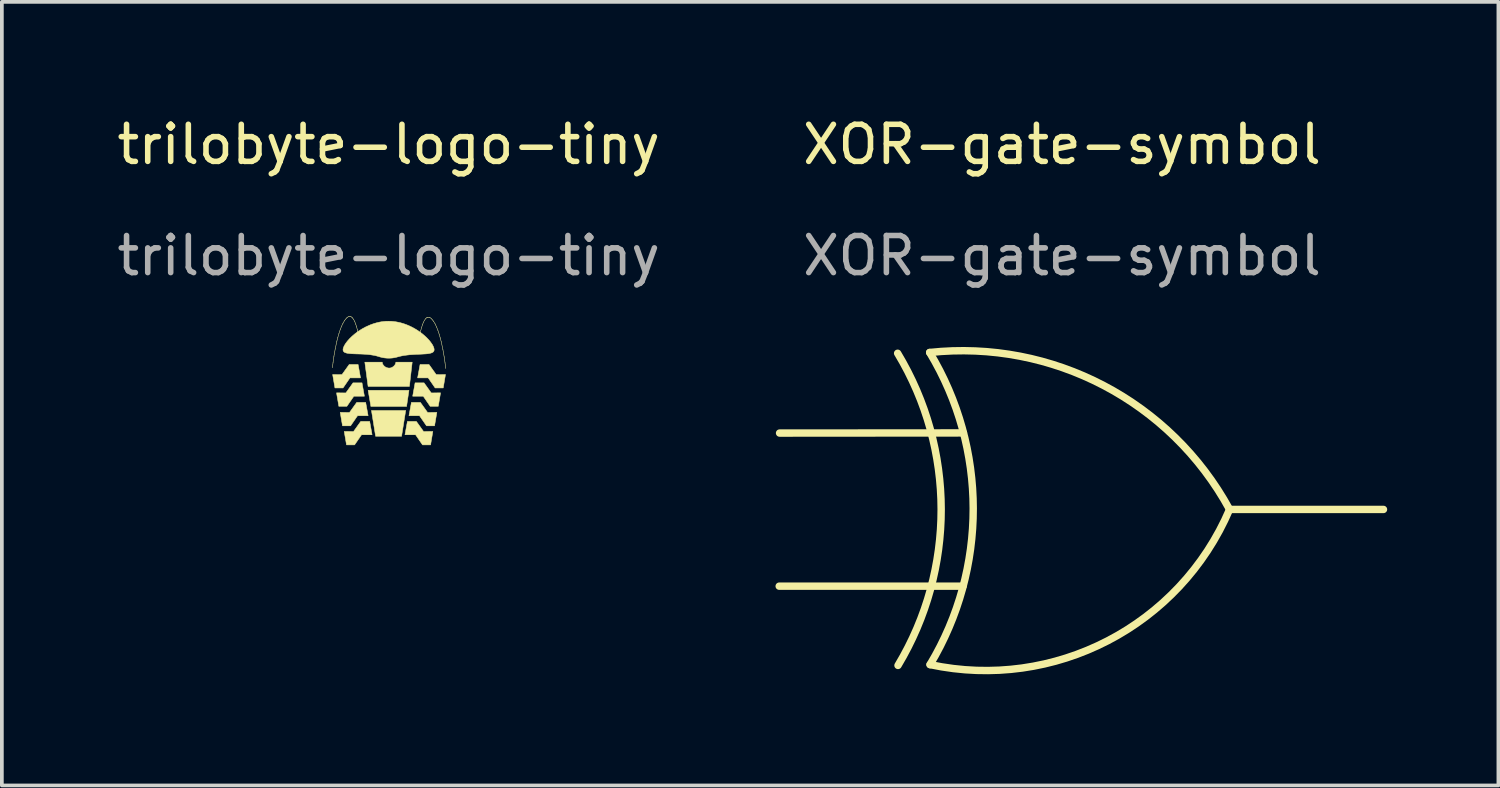
<source format=kicad_pcb>
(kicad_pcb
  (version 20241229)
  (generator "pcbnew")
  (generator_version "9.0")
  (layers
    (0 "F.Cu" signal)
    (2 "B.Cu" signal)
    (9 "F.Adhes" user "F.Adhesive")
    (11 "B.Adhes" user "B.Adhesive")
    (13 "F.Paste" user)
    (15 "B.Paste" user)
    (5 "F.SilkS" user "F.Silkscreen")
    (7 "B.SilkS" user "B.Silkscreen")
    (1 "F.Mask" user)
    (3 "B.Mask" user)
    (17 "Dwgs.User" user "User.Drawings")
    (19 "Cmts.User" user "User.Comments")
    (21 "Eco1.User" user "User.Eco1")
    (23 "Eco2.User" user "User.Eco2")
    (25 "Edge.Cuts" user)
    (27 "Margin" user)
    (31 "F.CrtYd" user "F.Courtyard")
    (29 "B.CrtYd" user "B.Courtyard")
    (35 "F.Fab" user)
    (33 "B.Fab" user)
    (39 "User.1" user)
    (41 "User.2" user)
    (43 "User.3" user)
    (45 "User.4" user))
  (footprint "trilobyte-logo-tiny"
    (layer "F.Cu")
    (at 7.435 1.348)
    (property "Reference" "trilobyte-logo-tiny" (at 0 -0.5 0) (unlocked yes) (layer "F.SilkS") (effects (font (size 1 1) (thickness 0.15))))
    (fp_line (start -1.5 5.371) (end -1.518 5.521) (stroke (width 0.013) (type solid)) (layer "F.SilkS"))
    (fp_line (start -1.477 5.21) (end -1.5 5.371) (stroke (width 0.013) (type solid)) (layer "F.SilkS"))
    (fp_line (start -1.443 5.015) (end -1.477 5.21) (stroke (width 0.013) (type solid)) (layer "F.SilkS"))
    (fp_line (start -1.398 4.804) (end -1.443 5.015) (stroke (width 0.013) (type solid)) (layer "F.SilkS"))
    (fp_line (start -1.371 4.698) (end -1.398 4.804) (stroke (width 0.013) (type solid)) (layer "F.SilkS"))
    (fp_line (start -1.341 4.594) (end -1.371 4.698) (stroke (width 0.013) (type solid)) (layer "F.SilkS"))
    (fp_line (start -1.308 4.495) (end -1.341 4.594) (stroke (width 0.013) (type solid)) (layer "F.SilkS"))
    (fp_line (start -1.272 4.403) (end -1.308 4.495) (stroke (width 0.013) (type solid)) (layer "F.SilkS"))
    (fp_line (start -1.233 4.32) (end -1.272 4.403) (stroke (width 0.013) (type solid)) (layer "F.SilkS"))
    (fp_line (start -1.19 4.248) (end -1.233 4.32) (stroke (width 0.013) (type solid)) (layer "F.SilkS"))
    (fp_line (start -1.19 4.248) (end -1.19 4.248) (stroke (width 0.013) (type solid)) (layer "F.SilkS"))
    (fp_line (start -1.169 4.218) (end -1.19 4.248) (stroke (width 0.013) (type solid)) (layer "F.SilkS"))
    (fp_line (start -1.147 4.193) (end -1.169 4.218) (stroke (width 0.013) (type solid)) (layer "F.SilkS"))
    (fp_line (start -1.127 4.173) (end -1.147 4.193) (stroke (width 0.013) (type solid)) (layer "F.SilkS"))
    (fp_line (start -1.107 4.157) (end -1.127 4.173) (stroke (width 0.013) (type solid)) (layer "F.SilkS"))
    (fp_line (start -1.088 4.147) (end -1.107 4.157) (stroke (width 0.013) (type solid)) (layer "F.SilkS"))
    (fp_line (start -1.07 4.14) (end -1.088 4.147) (stroke (width 0.013) (type solid)) (layer "F.SilkS"))
    (fp_line (start -1.052 4.138) (end -1.07 4.14) (stroke (width 0.013) (type solid)) (layer "F.SilkS"))
    (fp_line (start -1.034 4.139) (end -1.052 4.138) (stroke (width 0.013) (type solid)) (layer "F.SilkS"))
    (fp_line (start -1.018 4.145) (end -1.034 4.139) (stroke (width 0.013) (type solid)) (layer "F.SilkS"))
    (fp_line (start -1.001 4.155) (end -1.018 4.145) (stroke (width 0.013) (type solid)) (layer "F.SilkS"))
    (fp_line (start -0.986 4.167) (end -1.001 4.155) (stroke (width 0.013) (type solid)) (layer "F.SilkS"))
    (fp_line (start -0.971 4.184) (end -0.986 4.167) (stroke (width 0.013) (type solid)) (layer "F.SilkS"))
    (fp_line (start -0.942 4.226) (end -0.971 4.184) (stroke (width 0.013) (type solid)) (layer "F.SilkS"))
    (fp_line (start -0.915 4.28) (end -0.942 4.226) (stroke (width 0.013) (type solid)) (layer "F.SilkS"))
    (fp_line (start -0.89 4.344) (end -0.915 4.28) (stroke (width 0.013) (type solid)) (layer "F.SilkS"))
    (fp_line (start -0.867 4.417) (end -0.89 4.344) (stroke (width 0.013) (type solid)) (layer "F.SilkS"))
    (fp_line (start -0.845 4.497) (end -0.867 4.417) (stroke (width 0.013) (type solid)) (layer "F.SilkS"))
    (fp_line (start -0.824 4.584) (end -0.845 4.497) (stroke (width 0.013) (type solid)) (layer "F.SilkS"))
    (fp_line (start -0.787 4.772) (end -0.824 4.584) (stroke (width 0.013) (type solid)) (layer "F.SilkS"))
    (fp_line (start -0.754 4.969) (end -0.787 4.772) (stroke (width 0.013) (type solid)) (layer "F.SilkS"))
    (fp_line (start 0.774 4.99) (end 0.807 4.793) (stroke (width 0.013) (type solid)) (layer "F.SilkS"))
    (fp_line (start 0.807 4.793) (end 0.844 4.605) (stroke (width 0.013) (type solid)) (layer "F.SilkS"))
    (fp_line (start 0.844 4.605) (end 0.865 4.518) (stroke (width 0.013) (type solid)) (layer "F.SilkS"))
    (fp_line (start 0.865 4.518) (end 0.887 4.438) (stroke (width 0.013) (type solid)) (layer "F.SilkS"))
    (fp_line (start 0.887 4.438) (end 0.91 4.365) (stroke (width 0.013) (type solid)) (layer "F.SilkS"))
    (fp_line (start 0.91 4.365) (end 0.935 4.3) (stroke (width 0.013) (type solid)) (layer "F.SilkS"))
    (fp_line (start 0.935 4.3) (end 0.962 4.247) (stroke (width 0.013) (type solid)) (layer "F.SilkS"))
    (fp_line (start 0.962 4.247) (end 0.991 4.205) (stroke (width 0.013) (type solid)) (layer "F.SilkS"))
    (fp_line (start 0.991 4.205) (end 1.006 4.188) (stroke (width 0.013) (type solid)) (layer "F.SilkS"))
    (fp_line (start 1.006 4.188) (end 1.021 4.175) (stroke (width 0.013) (type solid)) (layer "F.SilkS"))
    (fp_line (start 1.021 4.175) (end 1.038 4.166) (stroke (width 0.013) (type solid)) (layer "F.SilkS"))
    (fp_line (start 1.038 4.166) (end 1.054 4.16) (stroke (width 0.013) (type solid)) (layer "F.SilkS"))
    (fp_line (start 1.054 4.16) (end 1.072 4.159) (stroke (width 0.013) (type solid)) (layer "F.SilkS"))
    (fp_line (start 1.072 4.159) (end 1.09 4.161) (stroke (width 0.013) (type solid)) (layer "F.SilkS"))
    (fp_line (start 1.09 4.161) (end 1.108 4.167) (stroke (width 0.013) (type solid)) (layer "F.SilkS"))
    (fp_line (start 1.108 4.167) (end 1.127 4.178) (stroke (width 0.013) (type solid)) (layer "F.SilkS"))
    (fp_line (start 1.127 4.178) (end 1.147 4.194) (stroke (width 0.013) (type solid)) (layer "F.SilkS"))
    (fp_line (start 1.147 4.194) (end 1.167 4.214) (stroke (width 0.013) (type solid)) (layer "F.SilkS"))
    (fp_line (start 1.167 4.214) (end 1.189 4.239) (stroke (width 0.013) (type solid)) (layer "F.SilkS"))
    (fp_line (start 1.189 4.239) (end 1.21 4.269) (stroke (width 0.013) (type solid)) (layer "F.SilkS"))
    (fp_line (start 1.21 4.269) (end 1.21 4.269) (stroke (width 0.013) (type solid)) (layer "F.SilkS"))
    (fp_line (start 1.21 4.269) (end 1.253 4.341) (stroke (width 0.013) (type solid)) (layer "F.SilkS"))
    (fp_line (start 1.253 4.341) (end 1.292 4.424) (stroke (width 0.013) (type solid)) (layer "F.SilkS"))
    (fp_line (start 1.292 4.424) (end 1.328 4.516) (stroke (width 0.013) (type solid)) (layer "F.SilkS"))
    (fp_line (start 1.328 4.516) (end 1.361 4.615) (stroke (width 0.013) (type solid)) (layer "F.SilkS"))
    (fp_line (start 1.361 4.615) (end 1.391 4.719) (stroke (width 0.013) (type solid)) (layer "F.SilkS"))
    (fp_line (start 1.391 4.719) (end 1.418 4.825) (stroke (width 0.013) (type solid)) (layer "F.SilkS"))
    (fp_line (start 1.418 4.825) (end 1.463 5.036) (stroke (width 0.013) (type solid)) (layer "F.SilkS"))
    (fp_line (start 1.463 5.036) (end 1.497 5.231) (stroke (width 0.013) (type solid)) (layer "F.SilkS"))
    (fp_line (start 1.497 5.231) (end 1.52 5.392) (stroke (width 0.013) (type solid)) (layer "F.SilkS"))
    (fp_line (start 1.52 5.392) (end 1.538 5.542) (stroke (width 0.013) (type solid)) (layer "F.SilkS"))
    (fp_poly (pts (xy -0.555 6.131) (xy 0.547 6.131) (xy 0.482 6.567) (xy -0.48 6.567) (xy -0.555 6.131)) (stroke (width 0.013) (type solid)) (fill yes) (layer "F.SilkS"))
    (fp_poly (pts (xy -0.465 6.674) (xy -0.353 7.371) (xy 0.347 7.371) (xy 0.459 6.674) (xy -0.465 6.674)) (stroke (width 0.013) (type solid)) (fill yes) (layer "F.SilkS"))
    (fp_poly (pts (xy -0.825 5.435) (xy -0.76 5.795) (xy -1.045 5.795) (xy -1.232 6.067) (xy -1.45 6.067) (xy -1.512 5.705) (xy -1.261 5.707) (xy -1.066 5.435) (xy -0.825 5.435)) (stroke (width 0.013) (type solid)) (fill yes) (layer "F.SilkS"))
    (fp_poly (pts (xy -0.72 5.929) (xy -0.655 6.29) (xy -0.94 6.29) (xy -1.128 6.562) (xy -1.345 6.562) (xy -1.407 6.199) (xy -1.156 6.201) (xy -0.962 5.929) (xy -0.72 5.929)) (stroke (width 0.013) (type solid)) (fill yes) (layer "F.SilkS"))
    (fp_poly (pts (xy -0.621 6.456) (xy -0.555 6.817) (xy -0.841 6.817) (xy -1.028 7.089) (xy -1.246 7.089) (xy -1.308 6.726) (xy -1.057 6.728) (xy -0.862 6.456) (xy -0.621 6.456)) (stroke (width 0.013) (type solid)) (fill yes) (layer "F.SilkS"))
    (fp_poly (pts (xy -0.513 6.97) (xy -0.448 7.33) (xy -0.733 7.33) (xy -0.92 7.602) (xy -1.138 7.602) (xy -1.2 7.24) (xy -0.949 7.242) (xy -0.754 6.97) (xy -0.513 6.97)) (stroke (width 0.013) (type solid)) (fill yes) (layer "F.SilkS"))
    (fp_poly (pts (xy 0.505 6.97) (xy 0.439 7.33) (xy 0.725 7.33) (xy 0.912 7.602) (xy 1.13 7.602) (xy 1.191 7.24) (xy 0.941 7.242) (xy 0.746 6.97) (xy 0.505 6.97)) (stroke (width 0.013) (type solid)) (fill yes) (layer "F.SilkS"))
    (fp_poly (pts (xy 0.613 6.456) (xy 0.547 6.817) (xy 0.832 6.817) (xy 1.02 7.089) (xy 1.237 7.089) (xy 1.299 6.726) (xy 1.049 6.728) (xy 0.854 6.456) (xy 0.613 6.456)) (stroke (width 0.013) (type solid)) (fill yes) (layer "F.SilkS"))
    (fp_poly (pts (xy 0.712 5.929) (xy 0.647 6.29) (xy 0.932 6.29) (xy 1.119 6.562) (xy 1.337 6.562) (xy 1.399 6.199) (xy 1.148 6.201) (xy 0.953 5.929) (xy 0.712 5.929)) (stroke (width 0.013) (type solid)) (fill yes) (layer "F.SilkS"))
    (fp_poly (pts (xy 0.846 5.435) (xy 0.78 5.795) (xy 1.065 5.795) (xy 1.253 6.067) (xy 1.471 6.067) (xy 1.532 5.705) (xy 1.282 5.707) (xy 1.087 5.435) (xy 0.846 5.435)) (stroke (width 0.013) (type solid)) (fill yes) (layer "F.SilkS"))
    (fp_poly (pts (xy -0.003 4.267) (xy -0.069 4.268) (xy -0.134 4.274) (xy -0.199 4.282) (xy -0.262 4.294) (xy -0.324 4.309) (xy -0.385 4.326) (xy -0.445 4.346) (xy -0.503 4.368) (xy -0.615 4.418) (xy -0.72 4.475) (xy -0.818 4.537) (xy -0.907 4.603) (xy -0.987 4.671) (xy -1.057 4.739) (xy -1.116 4.806) (xy -1.164 4.87) (xy -1.2 4.93) (xy -1.223 4.984) (xy -1.229 5.008) (xy -1.232 5.03) (xy -1.231 5.05) (xy -1.226 5.068) (xy -1.219 5.08) (xy -1.21 5.091) (xy -1.199 5.1) (xy -1.185 5.109) (xy -1.169 5.116) (xy -1.15 5.122) (xy -1.13 5.128) (xy -1.108 5.132) (xy -1.058 5.139) (xy -1.002 5.144) (xy -0.874 5.149) (xy -0.73 5.153) (xy -0.654 5.157) (xy -0.577 5.162) (xy -0.499 5.171) (xy -0.421 5.183) (xy -0.382 5.19) (xy -0.344 5.199) (xy -0.306 5.209) (xy -0.269 5.22) (xy -0.237 5.23) (xy -0.205 5.238) (xy -0.173 5.246) (xy -0.141 5.252) (xy -0.108 5.257) (xy -0.076 5.26) (xy -0.043 5.263) (xy -0.01 5.264) (xy 0.022 5.264) (xy 0.055 5.262) (xy 0.088 5.26) (xy 0.12 5.256) (xy 0.153 5.25) (xy 0.185 5.244) (xy 0.217 5.236) (xy 0.249 5.227) (xy 0.327 5.207) (xy 0.406 5.192) (xy 0.485 5.181) (xy 0.565 5.172) (xy 0.72 5.162) (xy 0.866 5.156) (xy 0.995 5.149) (xy 1.052 5.144) (xy 1.101 5.136) (xy 1.144 5.125) (xy 1.179 5.11) (xy 1.192 5.102) (xy 1.204 5.092) (xy 1.213 5.08) (xy 1.22 5.068) (xy 1.225 5.05) (xy 1.226 5.03) (xy 1.223 5.007) (xy 1.217 4.983) (xy 1.207 4.957) (xy 1.194 4.929) (xy 1.178 4.899) (xy 1.158 4.869) (xy 1.135 4.837) (xy 1.11 4.804) (xy 1.082 4.771) (xy 1.05 4.737) (xy 1.017 4.703) (xy 0.98 4.669) (xy 0.941 4.635) (xy 0.9 4.601) (xy 0.856 4.568) (xy 0.811 4.536) (xy 0.763 4.504) (xy 0.713 4.474) (xy 0.662 4.445) (xy 0.608 4.417) (xy 0.553 4.391) (xy 0.496 4.367) (xy 0.438 4.345) (xy 0.378 4.325) (xy 0.317 4.308) (xy 0.255 4.294) (xy 0.192 4.282) (xy 0.128 4.274) (xy 0.063 4.268) (xy -0.003 4.267)) (stroke (width 0.013) (type solid)) (fill yes) (layer "F.SilkS"))
    (fp_poly (pts (xy -0.644 5.371) (xy -0.175 5.371) (xy -0.174 5.377) (xy -0.173 5.383) (xy -0.172 5.389) (xy -0.171 5.395) (xy -0.169 5.4) (xy -0.168 5.406) (xy -0.166 5.412) (xy -0.164 5.418) (xy -0.163 5.42) (xy -0.162 5.422) (xy -0.161 5.425) (xy -0.159 5.427) (xy -0.158 5.429) (xy -0.157 5.432) (xy -0.156 5.434) (xy -0.154 5.436) (xy -0.153 5.438) (xy -0.151 5.441) (xy -0.15 5.443) (xy -0.148 5.445) (xy -0.147 5.447) (xy -0.145 5.449) (xy -0.144 5.451) (xy -0.142 5.453) (xy -0.14 5.456) (xy -0.137 5.459) (xy -0.135 5.462) (xy -0.132 5.464) (xy -0.13 5.467) (xy -0.127 5.47) (xy -0.125 5.473) (xy -0.122 5.475) (xy -0.119 5.478) (xy -0.117 5.48) (xy -0.114 5.483) (xy -0.111 5.485) (xy -0.108 5.487) (xy -0.105 5.49) (xy -0.102 5.492) (xy -0.099 5.494) (xy -0.095 5.497) (xy -0.092 5.499) (xy -0.088 5.502) (xy -0.084 5.504) (xy -0.079 5.506) (xy -0.075 5.508) (xy -0.071 5.511) (xy -0.067 5.512) (xy -0.063 5.514) (xy -0.058 5.516) (xy -0.054 5.518) (xy -0.049 5.519) (xy -0.045 5.521) (xy -0.041 5.522) (xy -0.036 5.523) (xy -0.031 5.524) (xy -0.027 5.526) (xy -0.023 5.527) (xy -0.018 5.527) (xy -0.014 5.528) (xy -0.009 5.529) (xy -0.005 5.529) (xy -0.000154 5.53) (xy 0.004 5.53) (xy 0.009 5.53) (xy 0.013 5.53) (xy 0.017 5.53) (xy 0.021 5.53) (xy 0.025 5.53) (xy 0.03 5.529) (xy 0.034 5.529) (xy 0.038 5.528) (xy 0.042 5.528) (xy 0.046 5.527) (xy 0.05 5.526) (xy 0.054 5.525) (xy 0.058 5.524) (xy 0.062 5.523) (xy 0.066 5.521) (xy 0.07 5.52) (xy 0.073 5.518) (xy 0.077 5.517) (xy 0.081 5.515) (xy 0.085 5.514) (xy 0.088 5.512) (xy 0.092 5.51) (xy 0.096 5.508) (xy 0.099 5.506) (xy 0.103 5.504) (xy 0.106 5.502) (xy 0.11 5.499) (xy 0.114 5.497) (xy 0.117 5.495) (xy 0.121 5.492) (xy 0.124 5.49) (xy 0.127 5.487) (xy 0.131 5.484) (xy 0.134 5.481) (xy 0.137 5.479) (xy 0.14 5.476) (xy 0.143 5.473) (xy 0.146 5.47) (xy 0.149 5.467) (xy 0.152 5.463) (xy 0.155 5.461) (xy 0.157 5.458) (xy 0.159 5.455) (xy 0.162 5.452) (xy 0.164 5.449) (xy 0.166 5.446) (xy 0.168 5.443) (xy 0.17 5.44) (xy 0.172 5.436) (xy 0.174 5.433) (xy 0.176 5.43) (xy 0.177 5.427) (xy 0.179 5.423) (xy 0.181 5.42) (xy 0.182 5.416) (xy 0.183 5.413) (xy 0.185 5.408) (xy 0.186 5.402) (xy 0.188 5.397) (xy 0.189 5.392) (xy 0.191 5.387) (xy 0.192 5.381) (xy 0.193 5.376) (xy 0.194 5.371) (xy 0.634 5.371) (xy 0.559 6.025) (xy -0.556 6.025) (xy -0.644 5.371)) (stroke (width 0.013) (type solid)) (fill yes) (layer "F.SilkS"))
    (fp_poly (pts (xy 0.591 4.72) (xy 0.589 4.722) (xy 0.586 4.724) (xy 0.583 4.726) (xy 0.58 4.728) (xy 0.577 4.73) (xy 0.573 4.732) (xy 0.57 4.734) (xy 0.567 4.736) (xy 0.565 4.734) (xy 0.561 4.731) (xy 0.559 4.729) (xy 0.556 4.727) (xy 0.553 4.724) (xy 0.55 4.722) (xy 0.548 4.721) (xy 0.545 4.719) (xy 0.543 4.718) (xy 0.541 4.717) (xy 0.538 4.715) (xy 0.536 4.714) (xy 0.533 4.713) (xy 0.531 4.711) (xy 0.52 4.705) (xy 0.514 4.701) (xy 0.506 4.697) (xy 0.483 4.686) (xy 0.478 4.684) (xy 0.473 4.682) (xy 0.47 4.681) (xy 0.466 4.679) (xy 0.463 4.678) (xy 0.459 4.677) (xy 0.448 4.673) (xy 0.441 4.671) (xy 0.434 4.669) (xy 0.421 4.665) (xy 0.413 4.663) (xy 0.404 4.661) (xy 0.395 4.659) (xy 0.385 4.656) (xy 0.374 4.654) (xy 0.362 4.652) (xy 0.352 4.65) (xy 0.342 4.648) (xy 0.331 4.647) (xy 0.321 4.645) (xy 0.311 4.644) (xy 0.301 4.643) (xy 0.29 4.642) (xy 0.28 4.641) (xy 0.279 4.633) (xy 0.278 4.625) (xy 0.278 4.621) (xy 0.277 4.617) (xy 0.277 4.612) (xy 0.276 4.608) (xy 0.276 4.603) (xy 0.276 4.598) (xy 0.276 4.593) (xy 0.277 4.589) (xy 0.277 4.584) (xy 0.278 4.579) (xy 0.279 4.575) (xy 0.28 4.571) (xy 0.28 4.567) (xy 0.282 4.563) (xy 0.283 4.559) (xy 0.284 4.555) (xy 0.285 4.552) (xy 0.286 4.548) (xy 0.286 4.548) (xy 0.31 4.55) (xy 0.32 4.551) (xy 0.332 4.553) (xy 0.344 4.554) (xy 0.357 4.556) (xy 0.366 4.558) (xy 0.376 4.559) (xy 0.385 4.561) (xy 0.395 4.563) (xy 0.404 4.565) (xy 0.414 4.567) (xy 0.423 4.569) (xy 0.433 4.572) (xy 0.442 4.574) (xy 0.45 4.577) (xy 0.459 4.579) (xy 0.468 4.582) (xy 0.476 4.585) (xy 0.485 4.588) (xy 0.493 4.591) (xy 0.502 4.594) (xy 0.515 4.6) (xy 0.522 4.602) (xy 0.526 4.604) (xy 0.53 4.605) (xy 0.534 4.607) (xy 0.539 4.61) (xy 0.549 4.615) (xy 0.554 4.617) (xy 0.558 4.62) (xy 0.567 4.624) (xy 0.574 4.629) (xy 0.58 4.632) (xy 0.583 4.634) (xy 0.587 4.636) (xy 0.59 4.638) (xy 0.593 4.64) (xy 0.596 4.642) (xy 0.599 4.644) (xy 0.602 4.646) (xy 0.605 4.648) (xy 0.608 4.65) (xy 0.611 4.652) (xy 0.613 4.654) (xy 0.616 4.656) (xy 0.618 4.658) (xy 0.621 4.661) (xy 0.623 4.663) (xy 0.626 4.666) (xy 0.608 4.697) (xy 0.608 4.699) (xy 0.607 4.7) (xy 0.606 4.702) (xy 0.605 4.703) (xy 0.604 4.705) (xy 0.603 4.706) (xy 0.602 4.708) (xy 0.601 4.709) (xy 0.6 4.711) (xy 0.599 4.712) (xy 0.598 4.714) (xy 0.597 4.715) (xy 0.595 4.716) (xy 0.594 4.717) (xy 0.593 4.719) (xy 0.591 4.72) (xy 0.591 4.72)) (stroke (width 0.013) (type solid)) (fill yes) (layer "F.SilkS"))
    (fp_poly (pts (xy -0.301 4.607) (xy -0.301 4.608) (xy -0.302 4.61) (xy -0.303 4.614) (xy -0.304 4.62) (xy -0.315 4.621) (xy -0.326 4.623) (xy -0.337 4.624) (xy -0.348 4.626) (xy -0.359 4.628) (xy -0.37 4.63) (xy -0.381 4.632) (xy -0.392 4.635) (xy -0.397 4.637) (xy -0.403 4.639) (xy -0.409 4.64) (xy -0.414 4.642) (xy -0.42 4.644) (xy -0.425 4.647) (xy -0.431 4.649) (xy -0.437 4.651) (xy -0.438 4.652) (xy -0.44 4.652) (xy -0.445 4.654) (xy -0.451 4.657) (xy -0.459 4.661) (xy -0.482 4.67) (xy -0.487 4.673) (xy -0.492 4.675) (xy -0.497 4.678) (xy -0.502 4.68) (xy -0.506 4.683) (xy -0.511 4.685) (xy -0.516 4.688) (xy -0.52 4.691) (xy -0.525 4.695) (xy -0.53 4.699) (xy -0.54 4.706) (xy -0.545 4.71) (xy -0.55 4.714) (xy -0.555 4.718) (xy -0.557 4.72) (xy -0.56 4.722) (xy -0.56 4.723) (xy -0.561 4.723) (xy -0.561 4.724) (xy -0.562 4.724) (xy -0.562 4.725) (xy -0.563 4.725) (xy -0.563 4.726) (xy -0.564 4.726) (xy -0.564 4.727) (xy -0.565 4.728) (xy -0.566 4.728) (xy -0.566 4.729) (xy -0.568 4.73) (xy -0.569 4.731) (xy -0.57 4.731) (xy -0.575 4.736) (xy -0.582 4.745) (xy -0.587 4.75) (xy -0.591 4.749) (xy -0.595 4.747) (xy -0.6 4.745) (xy -0.604 4.743) (xy -0.608 4.741) (xy -0.612 4.739) (xy -0.616 4.737) (xy -0.62 4.735) (xy -0.622 4.734) (xy -0.624 4.732) (xy -0.626 4.731) (xy -0.628 4.73) (xy -0.63 4.728) (xy -0.632 4.727) (xy -0.634 4.726) (xy -0.635 4.724) (xy -0.637 4.722) (xy -0.639 4.721) (xy -0.64 4.719) (xy -0.642 4.717) (xy -0.643 4.716) (xy -0.645 4.714) (xy -0.646 4.712) (xy -0.648 4.71) (xy -0.658 4.691) (xy -0.642 4.674) (xy -0.636 4.668) (xy -0.631 4.663) (xy -0.629 4.661) (xy -0.627 4.659) (xy -0.624 4.656) (xy -0.62 4.652) (xy -0.616 4.649) (xy -0.612 4.645) (xy -0.608 4.642) (xy -0.604 4.639) (xy -0.6 4.635) (xy -0.596 4.632) (xy -0.592 4.629) (xy -0.589 4.626) (xy -0.585 4.624) (xy -0.581 4.621) (xy -0.578 4.618) (xy -0.574 4.616) (xy -0.57 4.613) (xy -0.566 4.611) (xy -0.564 4.61) (xy -0.562 4.608) (xy -0.557 4.606) (xy -0.547 4.6) (xy -0.541 4.596) (xy -0.535 4.593) (xy -0.531 4.591) (xy -0.528 4.59) (xy -0.517 4.584) (xy -0.502 4.577) (xy -0.487 4.571) (xy -0.471 4.565) (xy -0.456 4.559) (xy -0.44 4.554) (xy -0.425 4.549) (xy -0.409 4.544) (xy -0.393 4.54) (xy -0.379 4.537) (xy -0.365 4.535) (xy -0.352 4.532) (xy -0.339 4.53) (xy -0.314 4.527) (xy -0.313 4.529) (xy -0.31 4.535) (xy -0.309 4.539) (xy -0.307 4.542) (xy -0.306 4.546) (xy -0.305 4.55) (xy -0.304 4.553) (xy -0.303 4.557) (xy -0.302 4.56) (xy -0.301 4.564) (xy -0.301 4.567) (xy -0.3 4.571) (xy -0.3 4.575) (xy -0.3 4.578) (xy -0.3 4.582) (xy -0.3 4.585) (xy -0.3 4.589) (xy -0.3 4.593) (xy -0.3 4.596) (xy -0.3 4.6) (xy -0.301 4.603) (xy -0.301 4.607)) (stroke (width 0.013) (type solid)) (fill yes) (layer "F.SilkS"))
    (fp_text user "${REFERENCE}" (at 0 2.5 0) (unlocked yes) (layer "F.Fab") (effects (font (size 1 1) (thickness 0.15)))))
  (footprint "XOR-gate-symbol"
    (layer "F.Cu")
    (at 25.598 1.348)
    (property "Reference" "XOR-gate-symbol" (at 0 -0.5 0) (unlocked yes) (layer "F.SilkS") (effects (font (size 1 1) (thickness 0.15))))
    (fp_line (start -2.67 11.414) (end -7.629 11.414) (stroke (width 0.2) (type solid)) (layer "F.SilkS"))
    (fp_line (start -2.66 7.28) (end -7.619 7.284) (stroke (width 0.2) (type solid)) (layer "F.SilkS"))
    (fp_line (start 8.671 9.344) (end 4.551 9.344) (stroke (width 0.2) (type solid)) (layer "F.SilkS"))
    (fp_arc (start -4.434515 5.131389) (mid -3.26 9.34) (end -4.424515 13.551389) (stroke (width 0.2) (type solid)) (layer "F.SilkS"))
    (fp_arc (start -3.57 5.11) (mid -2.395485 9.318611) (end -3.56 13.53) (stroke (width 0.2) (type solid)) (layer "F.SilkS"))
    (fp_arc (start -3.57 5.11) (mid 1.118155 5.99791) (end 4.52 9.343749) (stroke (width 0.2) (type solid)) (layer "F.SilkS"))
    (fp_arc (start 4.52 9.343749) (mid 1.231509 12.887382) (end -3.56 13.53) (stroke (width 0.2) (type solid)) (layer "F.SilkS"))
    (fp_text user "${REFERENCE}" (at 0 2.5 0) (unlocked yes) (layer "F.Fab") (effects (font (size 1 1) (thickness 0.15)))))
  (gr_rect
    (start -3 -3)
    (end 37.369 18.137)
    (stroke (width 0.1) (type default))
    (fill no)
    (layer "Edge.Cuts")))
</source>
